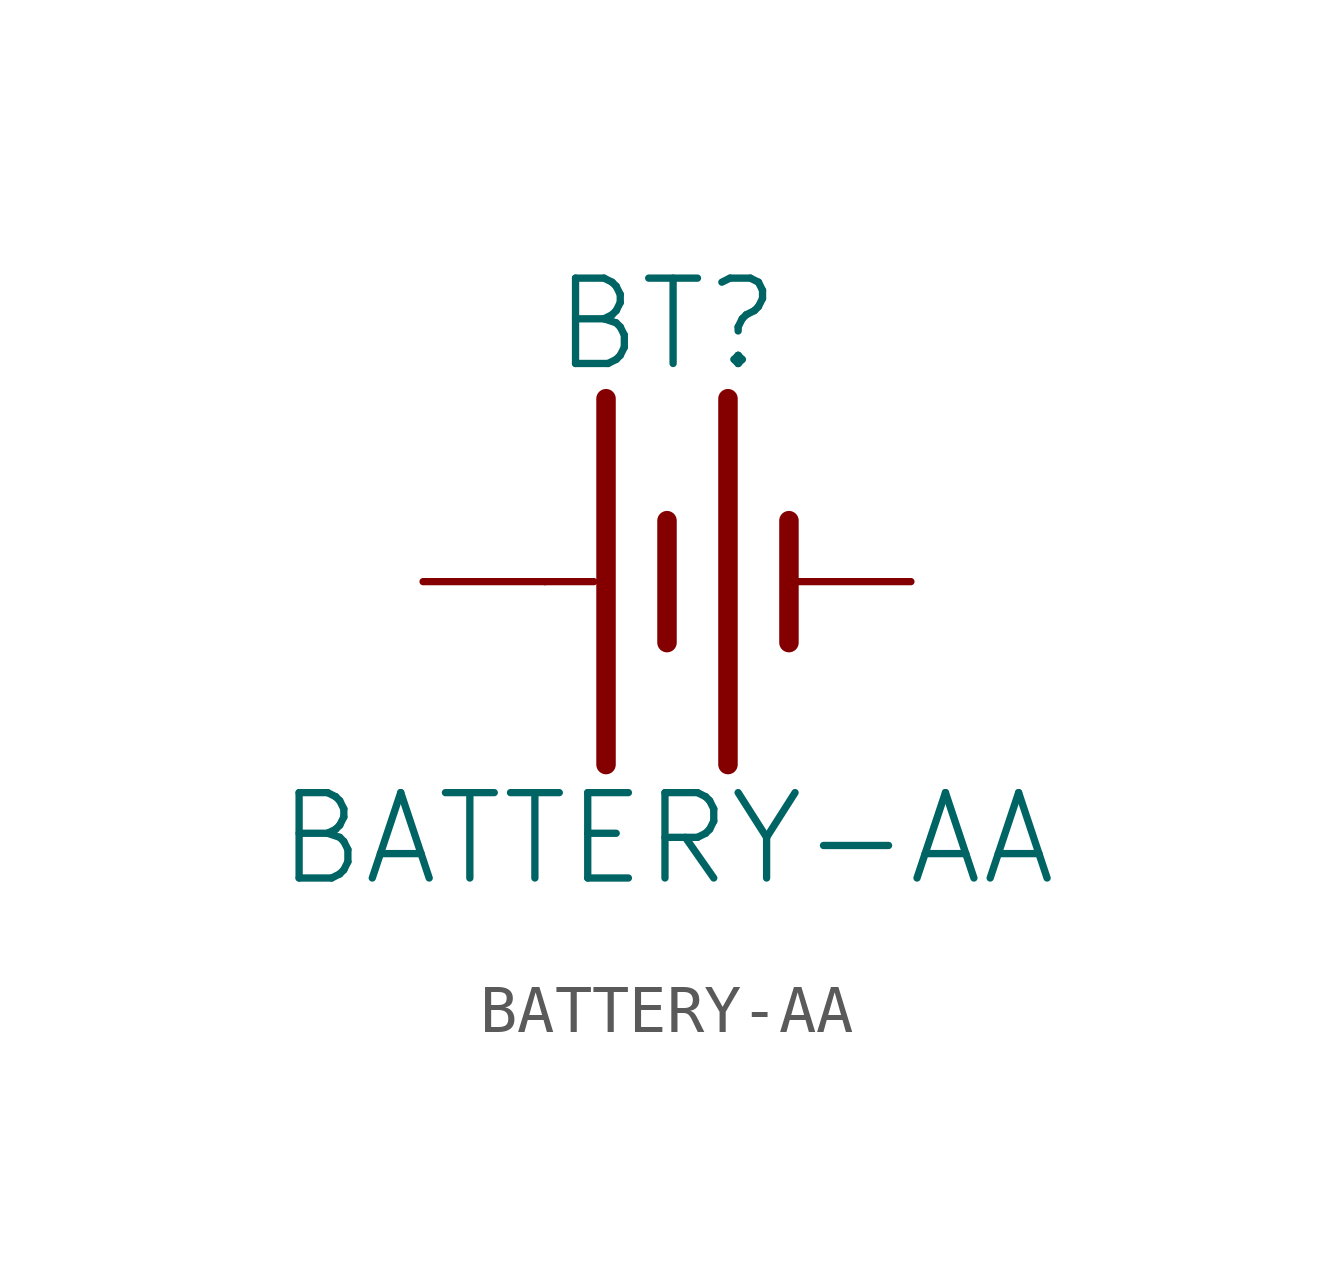
<source format=kicad_sym>
(kicad_symbol_lib
  (version 20211014)
  (generator kicad_symbol_editor)
  (symbol "BATTERY-AA"
    (property "Reference" "BT"
      (at 0 4.318 0)
      (effects (font (size 1.778 1.778)) (justify bottom)))
    (property "Value" "BATTERY-AA"
      (at 0 -4.318 0)
      (effects (font (size 1.778 1.778)) (justify top)))
    (property "ki_locked" ""
      (at 0 0 0)
      (effects (font (size 1.27 1.27))))
    (symbol "BATTERY-AA_1_0"
      (polyline (pts (xy -2.54 0) (xy -1.524 0)) (stroke (width 0.152) (type default) (color 0 0 0 0)) (fill (type none)))
      (polyline (pts (xy -1.27 3.81) (xy -1.27 -3.81)) (stroke (width 0.406) (type default) (color 0 0 0 0)) (fill (type none)))
      (polyline (pts (xy 0 1.27) (xy 0 -1.27)) (stroke (width 0.406) (type default) (color 0 0 0 0)) (fill (type none)))
      (polyline (pts (xy 1.27 3.81) (xy 1.27 -3.81)) (stroke (width 0.406) (type default) (color 0 0 0 0)) (fill (type none)))
      (polyline (pts (xy 2.54 1.27) (xy 2.54 -1.27)) (stroke (width 0.406) (type default) (color 0 0 0 0)) (fill (type none)))
      (pin power_in line (at 5.08 0 180) (length 2.54) (name "-" (effects (font (size 0 0)))) (number "GND@1" (effects (font (size 0 0)))))
      (pin power_in line (at -5.08 0 0) (length 2.54) (name "+" (effects (font (size 0 0)))) (number "PWR@1" (effects (font (size 0 0))))))))
</source>
